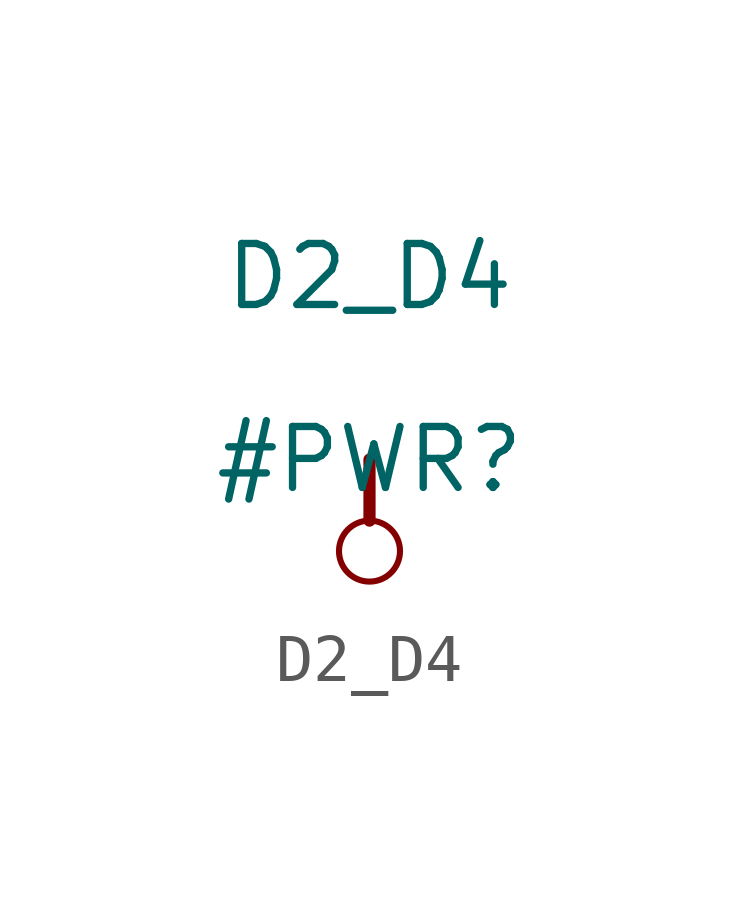
<source format=kicad_sym>
(kicad_symbol_lib
  (version 20211014)
  (generator kicad_symbol_editor)
  (symbol "D2_D4"
    (power)
    (property "Reference" "#PWR"
      (at 0 0 0)
      (effects (font (size 1.27 1.27))))
    (property "Value" "D2_D4"
      (at 0 3.81 0)
      (effects (font (size 1.27 1.27))))
    (symbol "D2_D4_0_0"
      (circle (center 0 -1.905) (radius 0.635) (stroke (width 0.127) (type default) (color 0 0 0 0)) (fill (type none)))
      (polyline (pts (xy 0 0) (xy 0 -1.27)) (stroke (width 0.254) (type default) (color 0 0 0 0)) (fill (type none)))
      (pin power_in line (at 0 0 0) (length 0) hide (name "D2_D4" (effects (font (size 1.27 1.27)))) (number "" (effects (font (size 1.27 1.27))))))))
</source>
